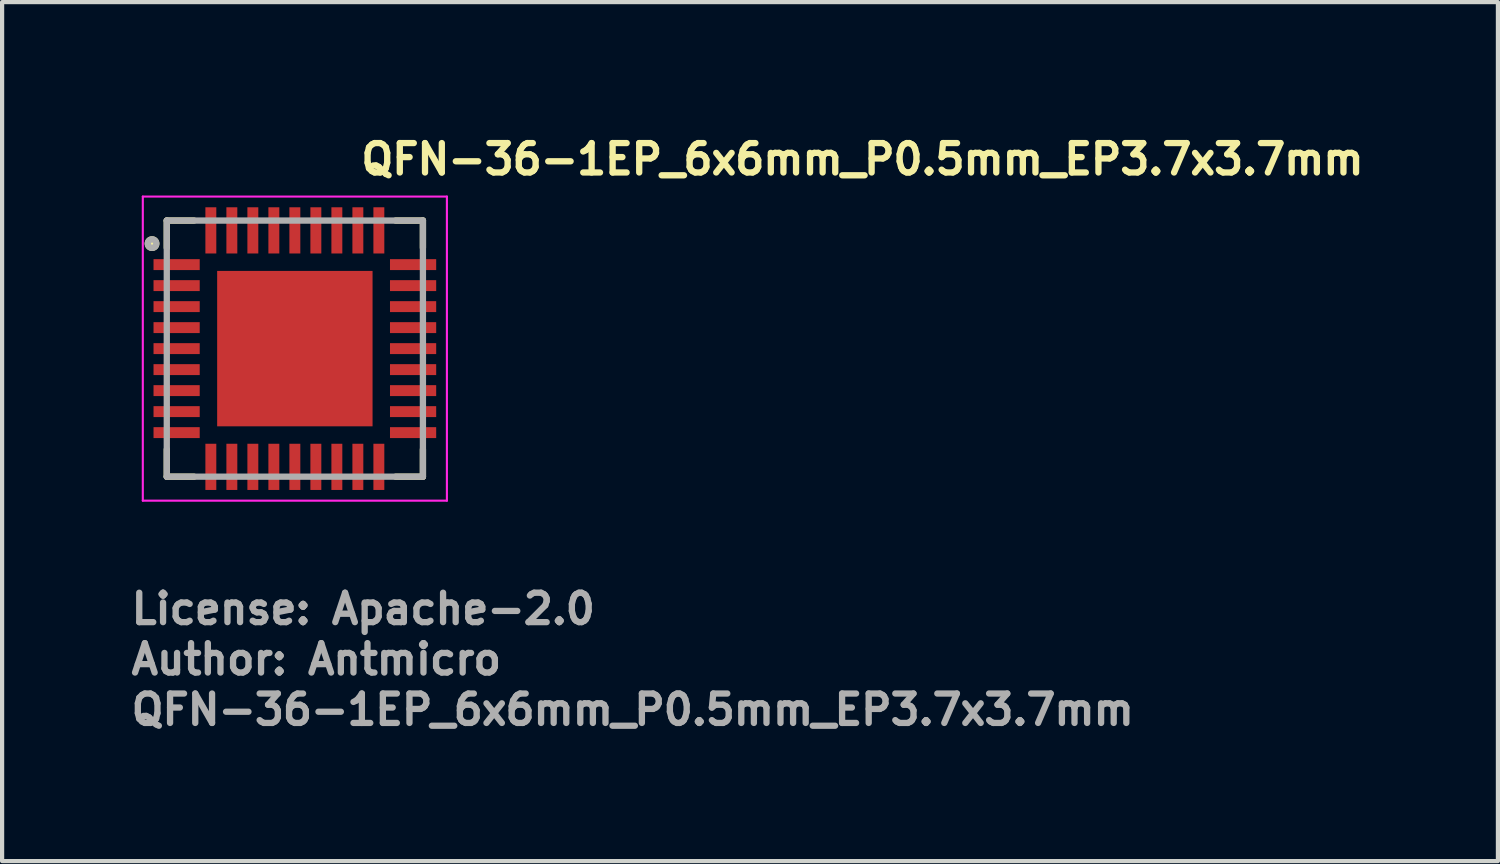
<source format=kicad_pcb>
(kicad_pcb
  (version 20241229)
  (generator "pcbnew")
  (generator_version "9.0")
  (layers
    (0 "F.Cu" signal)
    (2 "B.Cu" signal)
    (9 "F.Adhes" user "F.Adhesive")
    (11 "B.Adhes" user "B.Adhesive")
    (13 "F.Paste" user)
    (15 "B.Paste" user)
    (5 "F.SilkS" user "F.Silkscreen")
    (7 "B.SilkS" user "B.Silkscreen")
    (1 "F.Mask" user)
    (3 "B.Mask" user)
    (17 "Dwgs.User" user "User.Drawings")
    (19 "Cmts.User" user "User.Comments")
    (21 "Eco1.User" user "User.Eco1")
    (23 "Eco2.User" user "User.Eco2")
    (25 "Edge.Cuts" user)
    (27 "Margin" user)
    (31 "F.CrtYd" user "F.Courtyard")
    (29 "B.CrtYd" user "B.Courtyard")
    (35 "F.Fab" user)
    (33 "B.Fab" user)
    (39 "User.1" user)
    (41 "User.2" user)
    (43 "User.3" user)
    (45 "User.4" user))
  (footprint "QFN-36-1EP_6x6mm_P0.5mm_EP3.7x3.7mm"
    (layer "F.Cu")
    (at 3.97 5.25)
    (property "Reference" "QFN-36-1EP_6x6mm_P0.5mm_EP3.7x3.7mm" (at 1.5 -4.1 0) (unlocked yes) (layer "F.SilkS") (effects (font (size 0.7 0.7) (thickness 0.15)) (justify left bottom)))
    (attr smd)
    (fp_line (start -3.049 -3.049) (end -2.4 -3.049) (stroke (width 0.15) (type solid)) (layer "F.SilkS"))
    (fp_line (start -3.049 -2.4) (end -3.049 -3.049) (stroke (width 0.15) (type solid)) (layer "F.SilkS"))
    (fp_line (start -3.049 2.4) (end -3.049 3.049) (stroke (width 0.15) (type solid)) (layer "F.SilkS"))
    (fp_line (start -3.049 3.049) (end -2.4 3.049) (stroke (width 0.15) (type solid)) (layer "F.SilkS"))
    (fp_line (start 2.4 -3.049) (end 3.049 -3.049) (stroke (width 0.15) (type solid)) (layer "F.SilkS"))
    (fp_line (start 2.4 3.049) (end 3.049 3.049) (stroke (width 0.15) (type solid)) (layer "F.SilkS"))
    (fp_line (start 3.049 -3.049) (end 3.049 -2.4) (stroke (width 0.15) (type solid)) (layer "F.SilkS"))
    (fp_line (start 3.049 3.049) (end 3.049 2.4) (stroke (width 0.15) (type solid)) (layer "F.SilkS"))
    (fp_circle (center -3.4 -2.5) (end -3.35 -2.5) (stroke (width 0.15) (type solid)) (fill yes) (layer "F.SilkS"))
    (fp_circle (center -3.4 -2.5) (end -3.299 -2.5) (stroke (width 0.15) (type solid)) (fill no) (layer "F.SilkS"))
    (fp_poly (pts (xy -1.49 -1.49) (xy -0.18 -1.49) (xy -0.18 -0.18) (xy -1.49 -0.18)) (stroke (width 0.01) (type solid)) (fill yes) (layer "F.Paste"))
    (fp_poly (pts (xy -1.49 0.18) (xy -0.18 0.18) (xy -0.18 1.49) (xy -1.49 1.49)) (stroke (width 0.01) (type solid)) (fill yes) (layer "F.Paste"))
    (fp_poly (pts (xy 0.18 -1.49) (xy 1.49 -1.49) (xy 1.49 -0.18) (xy 0.18 -0.18)) (stroke (width 0.01) (type solid)) (fill yes) (layer "F.Paste"))
    (fp_poly (pts (xy 0.18 0.18) (xy 1.49 0.18) (xy 1.49 1.49) (xy 0.18 1.49)) (stroke (width 0.01) (type solid)) (fill yes) (layer "F.Paste"))
    (fp_line (start -3.62 -3.62) (end 3.62 -3.62) (stroke (width 0.05) (type solid)) (layer "F.CrtYd"))
    (fp_line (start -3.62 3.62) (end -3.62 -3.62) (stroke (width 0.05) (type solid)) (layer "F.CrtYd"))
    (fp_line (start 3.62 -3.62) (end 3.62 3.62) (stroke (width 0.05) (type solid)) (layer "F.CrtYd"))
    (fp_line (start 3.62 3.62) (end -3.62 3.62) (stroke (width 0.05) (type solid)) (layer "F.CrtYd"))
    (fp_line (start -3.049 3.049) (end -3.049 -3.049) (stroke (width 0.15) (type solid)) (layer "F.Fab"))
    (fp_line (start 3.049 -3.049) (end -3.049 -3.049) (stroke (width 0.15) (type solid)) (layer "F.Fab"))
    (fp_line (start 3.049 3.049) (end -3.049 3.049) (stroke (width 0.15) (type solid)) (layer "F.Fab"))
    (fp_line (start 3.049 3.049) (end 3.049 -3.049) (stroke (width 0.15) (type solid)) (layer "F.Fab"))
    (fp_circle (center -3.4 -2.5) (end -3.299 -2.5) (stroke (width 0.15) (type solid)) (fill no) (layer "F.Fab"))
    (fp_line (start -3.073 -3.073) (end -3.073 3.073) (stroke (width 0.1) (type solid)) (layer "User.9"))
    (fp_line (start -3.073 3.073) (end 3.073 3.073) (stroke (width 0.1) (type solid)) (layer "User.9"))
    (fp_line (start -2.613 -2.001) (end -2.609 -1.967) (stroke (width 0.1) (type solid)) (layer "User.9"))
    (fp_line (start -2.609 -2.035) (end -2.613 -2.001) (stroke (width 0.1) (type solid)) (layer "User.9"))
    (fp_line (start -2.609 -1.967) (end -2.597 -1.934) (stroke (width 0.1) (type solid)) (layer "User.9"))
    (fp_line (start -2.597 -2.068) (end -2.609 -2.035) (stroke (width 0.1) (type solid)) (layer "User.9"))
    (fp_line (start -2.597 -1.934) (end -2.579 -1.905) (stroke (width 0.1) (type solid)) (layer "User.9"))
    (fp_line (start -2.579 -2.097) (end -2.597 -2.068) (stroke (width 0.1) (type solid)) (layer "User.9"))
    (fp_line (start -2.579 -1.905) (end -2.555 -1.881) (stroke (width 0.1) (type solid)) (layer "User.9"))
    (fp_line (start -2.555 -2.121) (end -2.579 -2.097) (stroke (width 0.1) (type solid)) (layer "User.9"))
    (fp_line (start -2.555 -1.881) (end -2.526 -1.863) (stroke (width 0.1) (type solid)) (layer "User.9"))
    (fp_line (start -2.526 -2.139) (end -2.555 -2.121) (stroke (width 0.1) (type solid)) (layer "User.9"))
    (fp_line (start -2.526 -1.863) (end -2.493 -1.851) (stroke (width 0.1) (type solid)) (layer "User.9"))
    (fp_line (start -2.493 -2.151) (end -2.526 -2.139) (stroke (width 0.1) (type solid)) (layer "User.9"))
    (fp_line (start -2.493 -1.851) (end -2.459 -1.847) (stroke (width 0.1) (type solid)) (layer "User.9"))
    (fp_line (start -2.459 -2.155) (end -2.493 -2.151) (stroke (width 0.1) (type solid)) (layer "User.9"))
    (fp_line (start -2.459 -1.847) (end -2.425 -1.851) (stroke (width 0.1) (type solid)) (layer "User.9"))
    (fp_line (start -2.425 -2.151) (end -2.459 -2.155) (stroke (width 0.1) (type solid)) (layer "User.9"))
    (fp_line (start -2.425 -1.851) (end -2.392 -1.863) (stroke (width 0.1) (type solid)) (layer "User.9"))
    (fp_line (start -2.392 -2.139) (end -2.425 -2.151) (stroke (width 0.1) (type solid)) (layer "User.9"))
    (fp_line (start -2.392 -1.863) (end -2.363 -1.881) (stroke (width 0.1) (type solid)) (layer "User.9"))
    (fp_line (start -2.363 -2.121) (end -2.392 -2.139) (stroke (width 0.1) (type solid)) (layer "User.9"))
    (fp_line (start -2.363 -1.881) (end -2.339 -1.905) (stroke (width 0.1) (type solid)) (layer "User.9"))
    (fp_line (start -2.339 -2.097) (end -2.363 -2.121) (stroke (width 0.1) (type solid)) (layer "User.9"))
    (fp_line (start -2.339 -1.905) (end -2.321 -1.934) (stroke (width 0.1) (type solid)) (layer "User.9"))
    (fp_line (start -2.321 -2.068) (end -2.339 -2.097) (stroke (width 0.1) (type solid)) (layer "User.9"))
    (fp_line (start -2.321 -1.934) (end -2.309 -1.967) (stroke (width 0.1) (type solid)) (layer "User.9"))
    (fp_line (start -2.309 -2.035) (end -2.321 -2.068) (stroke (width 0.1) (type solid)) (layer "User.9"))
    (fp_line (start -2.309 -1.967) (end -2.305 -2.001) (stroke (width 0.1) (type solid)) (layer "User.9"))
    (fp_line (start -2.305 -2.001) (end -2.309 -2.035) (stroke (width 0.1) (type solid)) (layer "User.9"))
    (fp_line (start 3.073 -3.073) (end -3.073 -3.073) (stroke (width 0.1) (type solid)) (layer "User.9"))
    (fp_line (start 3.073 3.073) (end 3.073 -3.073) (stroke (width 0.1) (type solid)) (layer "User.9"))
    (fp_text user "Author: Antmicro" (at -3.97 7.805 0) (layer "F.Fab") (effects (font (size 0.7 0.7) (thickness 0.15)) (justify left bottom)))
    (fp_text user "${REFERENCE}" (at -3.97 9.005 0) (unlocked yes) (layer "F.Fab") (effects (font (size 0.7 0.7) (thickness 0.15)) (justify left bottom)))
    (fp_text user "License: Apache-2.0" (at -3.97 6.605 0) (layer "F.Fab") (effects (font (size 0.7 0.7) (thickness 0.15)) (justify left bottom)))
    (pad "1" smd rect (at -2.815 -2) (size 1.1 0.26) (layers "F.Cu" "F.Mask" "F.Paste"))
    (pad "2" smd rect (at -2.815 -1.5) (size 1.1 0.26) (layers "F.Cu" "F.Mask" "F.Paste"))
    (pad "3" smd rect (at -2.815 -1) (size 1.1 0.26) (layers "F.Cu" "F.Mask" "F.Paste"))
    (pad "4" smd rect (at -2.815 -0.5) (size 1.1 0.26) (layers "F.Cu" "F.Mask" "F.Paste"))
    (pad "5" smd rect (at -2.815 0) (size 1.1 0.26) (layers "F.Cu" "F.Mask" "F.Paste"))
    (pad "6" smd rect (at -2.815 0.5) (size 1.1 0.26) (layers "F.Cu" "F.Mask" "F.Paste"))
    (pad "7" smd rect (at -2.815 1) (size 1.1 0.26) (layers "F.Cu" "F.Mask" "F.Paste"))
    (pad "8" smd rect (at -2.815 1.5) (size 1.1 0.26) (layers "F.Cu" "F.Mask" "F.Paste"))
    (pad "9" smd rect (at -2.815 2) (size 1.1 0.26) (layers "F.Cu" "F.Mask" "F.Paste"))
    (pad "10" smd rect (at -2 2.815) (size 0.26 1.1) (layers "F.Cu" "F.Mask" "F.Paste"))
    (pad "11" smd rect (at -1.5 2.815) (size 0.26 1.1) (layers "F.Cu" "F.Mask" "F.Paste"))
    (pad "12" smd rect (at -1 2.815) (size 0.26 1.1) (layers "F.Cu" "F.Mask" "F.Paste"))
    (pad "13" smd rect (at -0.5 2.815) (size 0.26 1.1) (layers "F.Cu" "F.Mask" "F.Paste"))
    (pad "14" smd rect (at 0 2.815) (size 0.26 1.1) (layers "F.Cu" "F.Mask" "F.Paste"))
    (pad "15" smd rect (at 0.5 2.815) (size 0.26 1.1) (layers "F.Cu" "F.Mask" "F.Paste"))
    (pad "16" smd rect (at 1 2.815) (size 0.26 1.1) (layers "F.Cu" "F.Mask" "F.Paste"))
    (pad "17" smd rect (at 1.5 2.815) (size 0.26 1.1) (layers "F.Cu" "F.Mask" "F.Paste"))
    (pad "18" smd rect (at 2 2.815) (size 0.26 1.1) (layers "F.Cu" "F.Mask" "F.Paste"))
    (pad "19" smd rect (at 2.815 2) (size 1.1 0.26) (layers "F.Cu" "F.Mask" "F.Paste"))
    (pad "20" smd rect (at 2.815 1.5) (size 1.1 0.26) (layers "F.Cu" "F.Mask" "F.Paste"))
    (pad "21" smd rect (at 2.815 1) (size 1.1 0.26) (layers "F.Cu" "F.Mask" "F.Paste"))
    (pad "22" smd rect (at 2.815 0.5) (size 1.1 0.26) (layers "F.Cu" "F.Mask" "F.Paste"))
    (pad "23" smd rect (at 2.815 0) (size 1.1 0.26) (layers "F.Cu" "F.Mask" "F.Paste"))
    (pad "24" smd rect (at 2.815 -0.5) (size 1.1 0.26) (layers "F.Cu" "F.Mask" "F.Paste"))
    (pad "25" smd rect (at 2.815 -1) (size 1.1 0.26) (layers "F.Cu" "F.Mask" "F.Paste"))
    (pad "26" smd rect (at 2.815 -1.5) (size 1.1 0.26) (layers "F.Cu" "F.Mask" "F.Paste"))
    (pad "27" smd rect (at 2.815 -2) (size 1.1 0.26) (layers "F.Cu" "F.Mask" "F.Paste"))
    (pad "28" smd rect (at 2 -2.815) (size 0.26 1.1) (layers "F.Cu" "F.Mask" "F.Paste"))
    (pad "29" smd rect (at 1.5 -2.815) (size 0.26 1.1) (layers "F.Cu" "F.Mask" "F.Paste"))
    (pad "30" smd rect (at 1 -2.815) (size 0.26 1.1) (layers "F.Cu" "F.Mask" "F.Paste"))
    (pad "31" smd rect (at 0.5 -2.815) (size 0.26 1.1) (layers "F.Cu" "F.Mask" "F.Paste"))
    (pad "32" smd rect (at 0 -2.815) (size 0.26 1.1) (layers "F.Cu" "F.Mask" "F.Paste"))
    (pad "33" smd rect (at -0.5 -2.815) (size 0.26 1.1) (layers "F.Cu" "F.Mask" "F.Paste"))
    (pad "34" smd rect (at -1 -2.815) (size 0.26 1.1) (layers "F.Cu" "F.Mask" "F.Paste"))
    (pad "35" smd rect (at -1.5 -2.815) (size 0.26 1.1) (layers "F.Cu" "F.Mask" "F.Paste"))
    (pad "36" smd rect (at -2 -2.815) (size 0.26 1.1) (layers "F.Cu" "F.Mask" "F.Paste"))
    (pad "37" smd rect (at 0 0) (size 3.7 3.7) (layers "F.Cu" "F.Mask")))
  (gr_rect
    (start -3 -3)
    (end 32.613 17.451)
    (stroke (width 0.1) (type default))
    (fill no)
    (layer "Edge.Cuts")))
</source>
